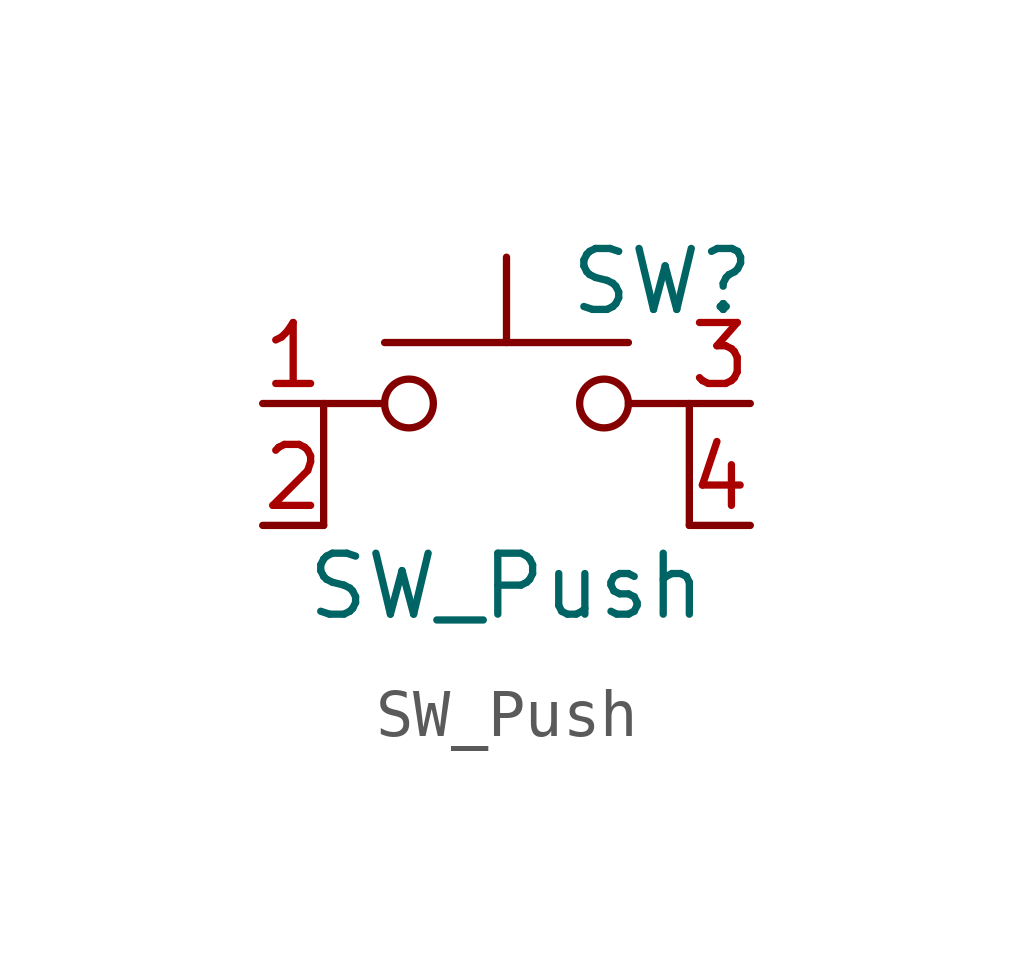
<source format=kicad_sym>
(kicad_symbol_lib
  (version 20241209)
  (generator "kicad_symbol_editor")
  (generator_version "9.0")
  (symbol "SW_Push"
    (pin_names
      (offset 1.016)
      (hide yes))
    (property "Reference" "SW"
      (at 1.27 2.54 0)
      (effects (font (size 1.27 1.27)) (justify left)))
    (property "Value" "SW_Push"
      (at 0 -3.81 0)
      (effects (font (size 1.27 1.27))))
    (symbol "SW_Push_0_1"
      (polyline (pts (xy -3.81 -2.54) (xy -3.81 0) (xy -2.54 0)) (stroke (width 0) (type default)) (fill (type none)))
      (circle (center -2.032 0) (radius 0.508) (stroke (width 0) (type default)) (fill (type none)))
      (polyline (pts (xy 0 1.27) (xy 0 3.048)) (stroke (width 0) (type default)) (fill (type none)))
      (circle (center 2.032 0) (radius 0.508) (stroke (width 0) (type default)) (fill (type none)))
      (polyline (pts (xy 2.54 1.27) (xy -2.54 1.27)) (stroke (width 0) (type default)) (fill (type none)))
      (polyline (pts (xy 3.81 -2.54) (xy 3.81 0) (xy 2.54 0)) (stroke (width 0) (type default)) (fill (type none)))
      (pin passive line (at -5.08 0 0) (length 1.27) (name "1" (effects (font (size 1.27 1.27)))) (number "1" (effects (font (size 1.27 1.27)))))
      (pin passive line (at -5.08 -2.54 0) (length 1.27) (name "2" (effects (font (size 1.27 1.27)))) (number "2" (effects (font (size 1.27 1.27)))))
      (pin passive line (at 5.08 0 180) (length 1.27) (name "3" (effects (font (size 1.27 1.27)))) (number "3" (effects (font (size 1.27 1.27)))))
      (pin passive line (at 5.08 -2.54 180) (length 1.27) (name "4" (effects (font (size 1.27 1.27)))) (number "4" (effects (font (size 1.27 1.27))))))))
</source>
